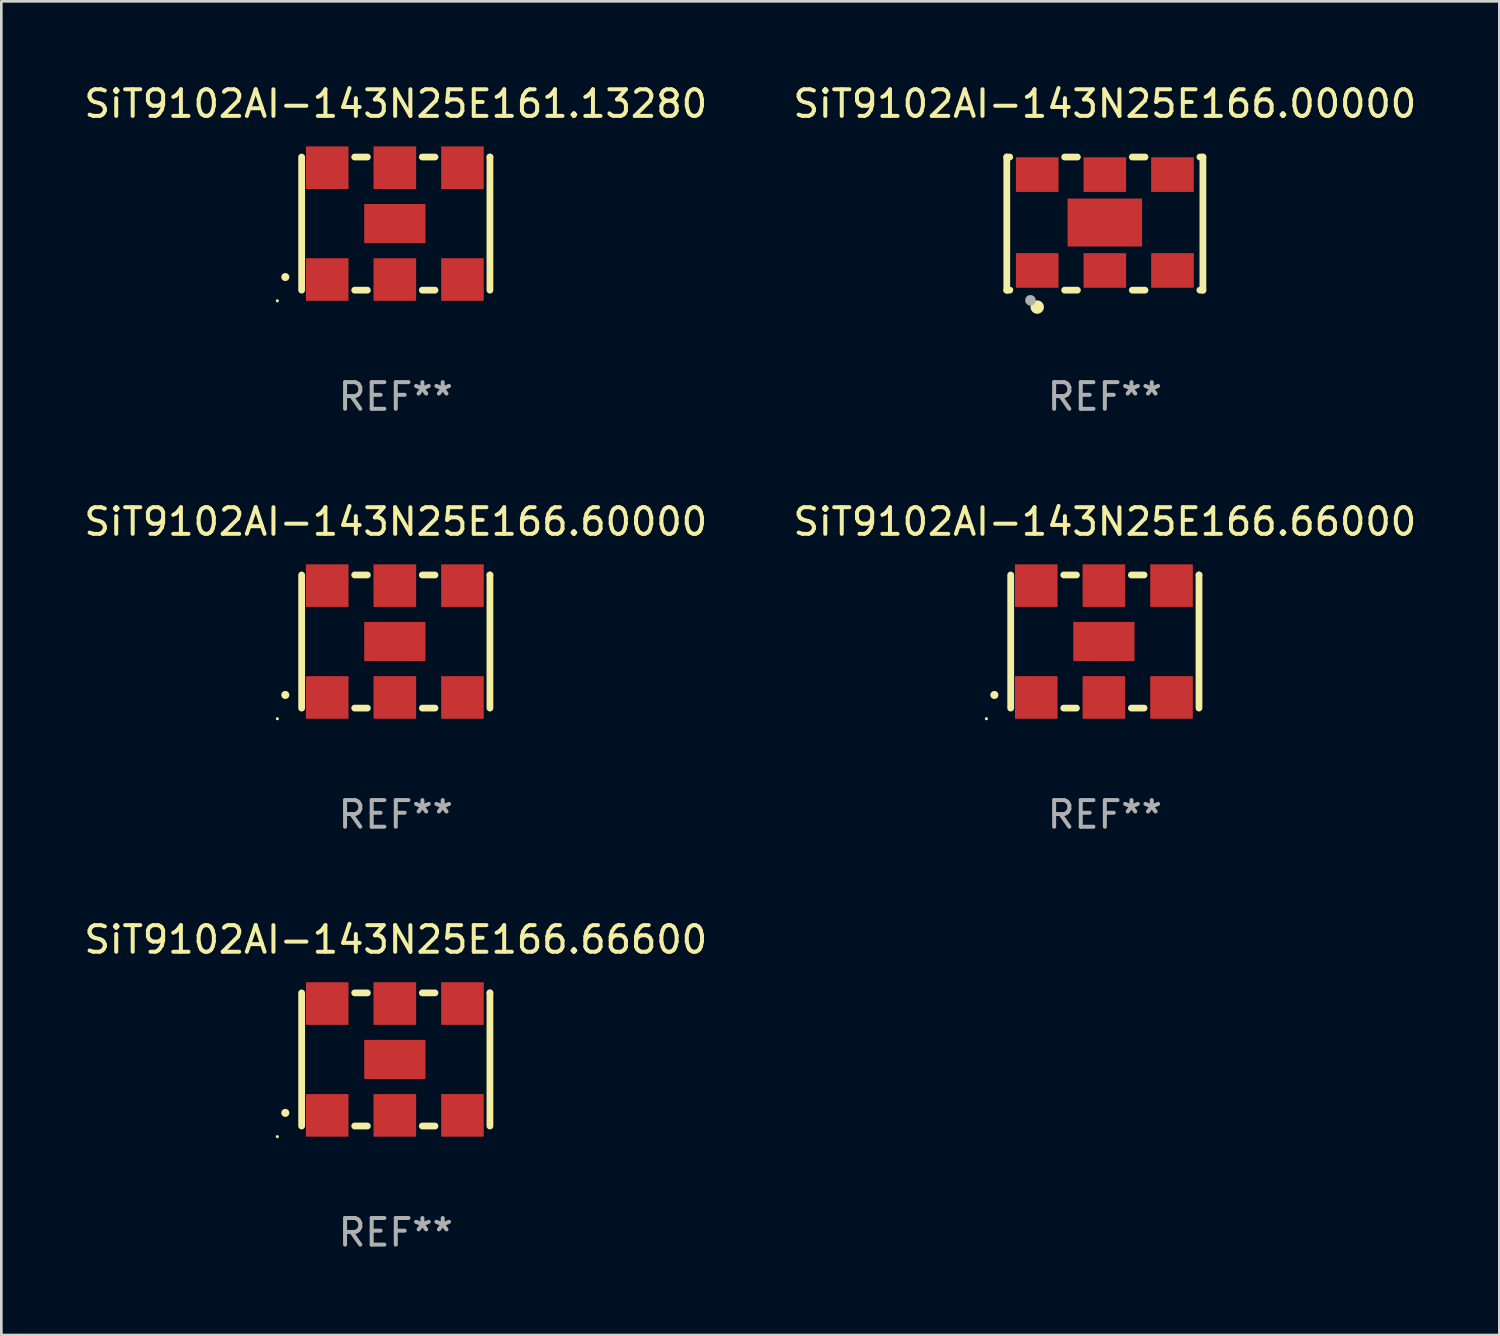
<source format=kicad_pcb>
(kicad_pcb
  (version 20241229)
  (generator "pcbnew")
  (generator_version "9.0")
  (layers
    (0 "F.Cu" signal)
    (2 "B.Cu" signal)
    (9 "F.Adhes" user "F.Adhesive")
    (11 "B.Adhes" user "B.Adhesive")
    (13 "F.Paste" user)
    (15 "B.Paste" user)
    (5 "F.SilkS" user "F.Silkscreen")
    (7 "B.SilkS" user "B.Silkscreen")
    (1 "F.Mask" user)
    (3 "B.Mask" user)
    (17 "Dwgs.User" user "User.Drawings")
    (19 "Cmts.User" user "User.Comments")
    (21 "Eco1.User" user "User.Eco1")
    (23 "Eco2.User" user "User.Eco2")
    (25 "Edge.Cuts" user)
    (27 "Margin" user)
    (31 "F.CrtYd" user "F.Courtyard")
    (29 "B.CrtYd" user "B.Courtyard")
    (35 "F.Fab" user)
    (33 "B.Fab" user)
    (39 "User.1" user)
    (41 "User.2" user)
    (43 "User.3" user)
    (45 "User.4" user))
  (footprint "SiT9102AI-143N25E166.66600"
    (layer "F.Cu")
    (at 11.815 36.741)
    (property "Reference" "SiT9102AI-143N25E166.66600" (at 0 -4.5 0) (layer "F.SilkS") (effects (font (size 1 1) (thickness 0.15))))
    (attr through_hole)
    (fp_line (start -3.536 -2.5) (end -3.536 2.5) (stroke (width 0.254) (type solid)) (layer "F.SilkS"))
    (fp_line (start -1.544 2.5) (end -1.067 2.5) (stroke (width 0.254) (type solid)) (layer "F.SilkS"))
    (fp_line (start -1.067 -2.5) (end -1.544 -2.5) (stroke (width 0.254) (type solid)) (layer "F.SilkS"))
    (fp_line (start 0.996 2.5) (end 1.473 2.5) (stroke (width 0.254) (type solid)) (layer "F.SilkS"))
    (fp_line (start 1.473 -2.5) (end 0.996 -2.5) (stroke (width 0.254) (type solid)) (layer "F.SilkS"))
    (fp_line (start 3.536 -2.5) (end 3.536 -2.5) (stroke (width 0.254) (type solid)) (layer "F.SilkS"))
    (fp_line (start 3.536 2.5) (end 3.536 -2.5) (stroke (width 0.254) (type solid)) (layer "F.SilkS"))
    (fp_arc (start -4.150432 2.006604) (mid -4.149162 2.006599) (end -4.147892 2.006604) (stroke (width 0.3) (type solid)) (layer "F.SilkS"))
    (fp_circle (center -4.449 2.9) (end -4.419 2.9) (stroke (width 0.06) (type solid)) (fill no) (layer "F.SilkS"))
    (fp_text user "REF**" (at 0 6.5 0) (layer "F.Fab") (effects (font (size 1 1) (thickness 0.15))))
    (pad "1" smd rect (at -2.576 2.1) (size 1.6 1.6) (layers "F.Cu" "F.Mask" "F.Paste"))
    (pad "2" smd rect (at -0.036 2.1) (size 1.6 1.6) (layers "F.Cu" "F.Mask" "F.Paste"))
    (pad "3" smd rect (at 2.504 2.1) (size 1.6 1.6) (layers "F.Cu" "F.Mask" "F.Paste"))
    (pad "4" smd rect (at 2.504 -2.1) (size 1.6 1.6) (layers "F.Cu" "F.Mask" "F.Paste"))
    (pad "5" smd rect (at -0.036 -2.1) (size 1.6 1.6) (layers "F.Cu" "F.Mask" "F.Paste"))
    (pad "6" smd rect (at -2.576 -2.1) (size 1.6 1.6) (layers "F.Cu" "F.Mask" "F.Paste"))
    (pad "7" smd rect (at -0.036 0) (size 2.3 1.47) (layers "F.Cu" "F.Mask" "F.Paste")))
  (footprint "SiT9102AI-143N25E161.13280"
    (layer "F.Cu")
    (at 11.815 5.348)
    (property "Reference" "SiT9102AI-143N25E161.13280" (at 0 -4.5 0) (layer "F.SilkS") (effects (font (size 1 1) (thickness 0.15))))
    (attr through_hole)
    (fp_line (start -3.536 -2.5) (end -3.536 2.5) (stroke (width 0.254) (type solid)) (layer "F.SilkS"))
    (fp_line (start -1.544 2.5) (end -1.067 2.5) (stroke (width 0.254) (type solid)) (layer "F.SilkS"))
    (fp_line (start -1.067 -2.5) (end -1.544 -2.5) (stroke (width 0.254) (type solid)) (layer "F.SilkS"))
    (fp_line (start 0.996 2.5) (end 1.473 2.5) (stroke (width 0.254) (type solid)) (layer "F.SilkS"))
    (fp_line (start 1.473 -2.5) (end 0.996 -2.5) (stroke (width 0.254) (type solid)) (layer "F.SilkS"))
    (fp_line (start 3.536 -2.5) (end 3.536 -2.5) (stroke (width 0.254) (type solid)) (layer "F.SilkS"))
    (fp_line (start 3.536 2.5) (end 3.536 -2.5) (stroke (width 0.254) (type solid)) (layer "F.SilkS"))
    (fp_arc (start -4.150432 2.006604) (mid -4.149162 2.006599) (end -4.147892 2.006604) (stroke (width 0.3) (type solid)) (layer "F.SilkS"))
    (fp_circle (center -4.449 2.9) (end -4.419 2.9) (stroke (width 0.06) (type solid)) (fill no) (layer "F.SilkS"))
    (fp_text user "REF**" (at 0 6.5 0) (layer "F.Fab") (effects (font (size 1 1) (thickness 0.15))))
    (pad "1" smd rect (at -2.576 2.1) (size 1.6 1.6) (layers "F.Cu" "F.Mask" "F.Paste"))
    (pad "2" smd rect (at -0.036 2.1) (size 1.6 1.6) (layers "F.Cu" "F.Mask" "F.Paste"))
    (pad "3" smd rect (at 2.504 2.1) (size 1.6 1.6) (layers "F.Cu" "F.Mask" "F.Paste"))
    (pad "4" smd rect (at 2.504 -2.1) (size 1.6 1.6) (layers "F.Cu" "F.Mask" "F.Paste"))
    (pad "5" smd rect (at -0.036 -2.1) (size 1.6 1.6) (layers "F.Cu" "F.Mask" "F.Paste"))
    (pad "6" smd rect (at -2.576 -2.1) (size 1.6 1.6) (layers "F.Cu" "F.Mask" "F.Paste"))
    (pad "7" smd rect (at -0.036 0) (size 2.3 1.47) (layers "F.Cu" "F.Mask" "F.Paste")))
  (footprint "SiT9102AI-143N25E166.66000"
    (layer "F.Cu")
    (at 38.446 21.045)
    (property "Reference" "SiT9102AI-143N25E166.66000" (at 0 -4.5 0) (layer "F.SilkS") (effects (font (size 1 1) (thickness 0.15))))
    (attr through_hole)
    (fp_line (start -3.536 -2.5) (end -3.536 2.5) (stroke (width 0.254) (type solid)) (layer "F.SilkS"))
    (fp_line (start -1.544 2.5) (end -1.067 2.5) (stroke (width 0.254) (type solid)) (layer "F.SilkS"))
    (fp_line (start -1.067 -2.5) (end -1.544 -2.5) (stroke (width 0.254) (type solid)) (layer "F.SilkS"))
    (fp_line (start 0.996 2.5) (end 1.473 2.5) (stroke (width 0.254) (type solid)) (layer "F.SilkS"))
    (fp_line (start 1.473 -2.5) (end 0.996 -2.5) (stroke (width 0.254) (type solid)) (layer "F.SilkS"))
    (fp_line (start 3.536 -2.5) (end 3.536 -2.5) (stroke (width 0.254) (type solid)) (layer "F.SilkS"))
    (fp_line (start 3.536 2.5) (end 3.536 -2.5) (stroke (width 0.254) (type solid)) (layer "F.SilkS"))
    (fp_arc (start -4.150432 2.006604) (mid -4.149162 2.006599) (end -4.147892 2.006604) (stroke (width 0.3) (type solid)) (layer "F.SilkS"))
    (fp_circle (center -4.449 2.9) (end -4.419 2.9) (stroke (width 0.06) (type solid)) (fill no) (layer "F.SilkS"))
    (fp_text user "REF**" (at 0 6.5 0) (layer "F.Fab") (effects (font (size 1 1) (thickness 0.15))))
    (pad "1" smd rect (at -2.576 2.1) (size 1.6 1.6) (layers "F.Cu" "F.Mask" "F.Paste"))
    (pad "2" smd rect (at -0.036 2.1) (size 1.6 1.6) (layers "F.Cu" "F.Mask" "F.Paste"))
    (pad "3" smd rect (at 2.504 2.1) (size 1.6 1.6) (layers "F.Cu" "F.Mask" "F.Paste"))
    (pad "4" smd rect (at 2.504 -2.1) (size 1.6 1.6) (layers "F.Cu" "F.Mask" "F.Paste"))
    (pad "5" smd rect (at -0.036 -2.1) (size 1.6 1.6) (layers "F.Cu" "F.Mask" "F.Paste"))
    (pad "6" smd rect (at -2.576 -2.1) (size 1.6 1.6) (layers "F.Cu" "F.Mask" "F.Paste"))
    (pad "7" smd rect (at -0.036 0) (size 2.3 1.47) (layers "F.Cu" "F.Mask" "F.Paste")))
  (footprint "SiT9102AI-143N25E166.00000"
    (layer "F.Cu")
    (at 38.446 5.348)
    (property "Reference" "SiT9102AI-143N25E166.00000" (at 0 -4.5 0) (layer "F.SilkS") (effects (font (size 1 1) (thickness 0.15))))
    (attr through_hole)
    (fp_line (start -3.683 -2.5) (end -3.571 -2.5) (stroke (width 0.254) (type solid)) (layer "F.SilkS"))
    (fp_line (start -3.683 2.5) (end -3.683 -2.5) (stroke (width 0.254) (type solid)) (layer "F.SilkS"))
    (fp_line (start -3.683 2.5) (end -3.571 2.5) (stroke (width 0.254) (type solid)) (layer "F.SilkS"))
    (fp_line (start -1.509 -2.5) (end -1.031 -2.5) (stroke (width 0.254) (type solid)) (layer "F.SilkS"))
    (fp_line (start -1.509 2.5) (end -1.031 2.5) (stroke (width 0.254) (type solid)) (layer "F.SilkS"))
    (fp_line (start 1.031 -2.5) (end 1.509 -2.5) (stroke (width 0.254) (type solid)) (layer "F.SilkS"))
    (fp_line (start 1.031 2.5) (end 1.509 2.5) (stroke (width 0.254) (type solid)) (layer "F.SilkS"))
    (fp_line (start 3.571 -2.5) (end 3.683 -2.5) (stroke (width 0.254) (type solid)) (layer "F.SilkS"))
    (fp_line (start 3.571 2.5) (end 3.683 2.5) (stroke (width 0.254) (type solid)) (layer "F.SilkS"))
    (fp_line (start 3.683 2.5) (end 3.683 -2.5) (stroke (width 0.254) (type solid)) (layer "F.SilkS"))
    (fp_circle (center -3.5 2.46) (end -3.47 2.46) (stroke (width 0.06) (type solid)) (fill no) (layer "F.SilkS"))
    (fp_circle (center -2.54 3.135) (end -2.413 3.135) (stroke (width 0.254) (type solid)) (fill no) (layer "F.SilkS"))
    (fp_circle (center -2.794 2.881) (end -2.694 2.881) (stroke (width 0.2) (type solid)) (fill no) (layer "F.Fab"))
    (fp_text user "REF**" (at 0 6.5 0) (layer "F.Fab") (effects (font (size 1 1) (thickness 0.15))))
    (pad "1" smd rect (at -2.54 1.76) (size 1.6 1.3) (layers "F.Cu" "F.Mask" "F.Paste"))
    (pad "2" smd rect (at 0 1.76) (size 1.6 1.3) (layers "F.Cu" "F.Mask" "F.Paste"))
    (pad "3" smd rect (at 2.54 1.76) (size 1.6 1.3) (layers "F.Cu" "F.Mask" "F.Paste"))
    (pad "4" smd rect (at 2.54 -1.84) (size 1.6 1.3) (layers "F.Cu" "F.Mask" "F.Paste"))
    (pad "5" smd rect (at 0 -1.84) (size 1.6 1.3) (layers "F.Cu" "F.Mask" "F.Paste"))
    (pad "6" smd rect (at -2.54 -1.84) (size 1.6 1.3) (layers "F.Cu" "F.Mask" "F.Paste"))
    (pad "7" smd rect (at 0 -0.04) (size 2.8 1.8) (layers "F.Cu" "F.Mask" "F.Paste")))
  (footprint "SiT9102AI-143N25E166.60000"
    (layer "F.Cu")
    (at 11.815 21.045)
    (property "Reference" "SiT9102AI-143N25E166.60000" (at 0 -4.5 0) (layer "F.SilkS") (effects (font (size 1 1) (thickness 0.15))))
    (attr through_hole)
    (fp_line (start -3.536 -2.5) (end -3.536 2.5) (stroke (width 0.254) (type solid)) (layer "F.SilkS"))
    (fp_line (start -1.544 2.5) (end -1.067 2.5) (stroke (width 0.254) (type solid)) (layer "F.SilkS"))
    (fp_line (start -1.067 -2.5) (end -1.544 -2.5) (stroke (width 0.254) (type solid)) (layer "F.SilkS"))
    (fp_line (start 0.996 2.5) (end 1.473 2.5) (stroke (width 0.254) (type solid)) (layer "F.SilkS"))
    (fp_line (start 1.473 -2.5) (end 0.996 -2.5) (stroke (width 0.254) (type solid)) (layer "F.SilkS"))
    (fp_line (start 3.536 -2.5) (end 3.536 -2.5) (stroke (width 0.254) (type solid)) (layer "F.SilkS"))
    (fp_line (start 3.536 2.5) (end 3.536 -2.5) (stroke (width 0.254) (type solid)) (layer "F.SilkS"))
    (fp_arc (start -4.150432 2.006604) (mid -4.149162 2.006599) (end -4.147892 2.006604) (stroke (width 0.3) (type solid)) (layer "F.SilkS"))
    (fp_circle (center -4.449 2.9) (end -4.419 2.9) (stroke (width 0.06) (type solid)) (fill no) (layer "F.SilkS"))
    (fp_text user "REF**" (at 0 6.5 0) (layer "F.Fab") (effects (font (size 1 1) (thickness 0.15))))
    (pad "1" smd rect (at -2.576 2.1) (size 1.6 1.6) (layers "F.Cu" "F.Mask" "F.Paste"))
    (pad "2" smd rect (at -0.036 2.1) (size 1.6 1.6) (layers "F.Cu" "F.Mask" "F.Paste"))
    (pad "3" smd rect (at 2.504 2.1) (size 1.6 1.6) (layers "F.Cu" "F.Mask" "F.Paste"))
    (pad "4" smd rect (at 2.504 -2.1) (size 1.6 1.6) (layers "F.Cu" "F.Mask" "F.Paste"))
    (pad "5" smd rect (at -0.036 -2.1) (size 1.6 1.6) (layers "F.Cu" "F.Mask" "F.Paste"))
    (pad "6" smd rect (at -2.576 -2.1) (size 1.6 1.6) (layers "F.Cu" "F.Mask" "F.Paste"))
    (pad "7" smd rect (at -0.036 0) (size 2.3 1.47) (layers "F.Cu" "F.Mask" "F.Paste")))
  (gr_rect
    (start -3 -3)
    (end 53.262 47.09)
    (stroke (width 0.1) (type default))
    (fill no)
    (layer "Edge.Cuts")))
</source>
